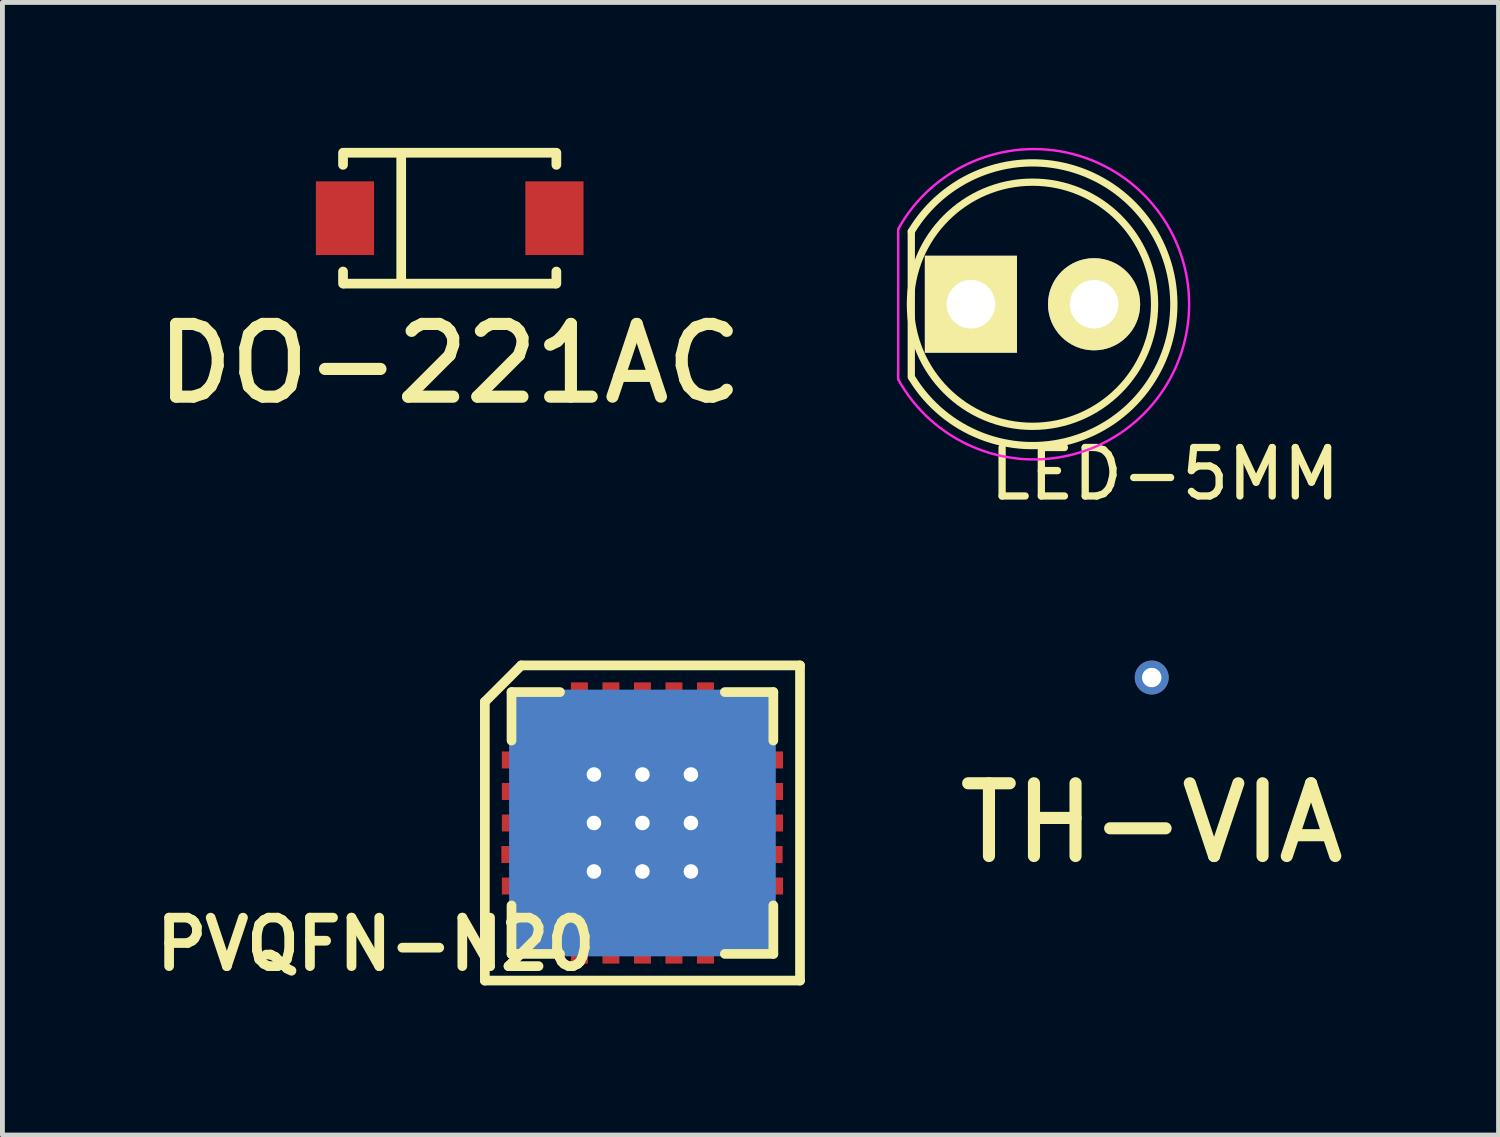
<source format=kicad_pcb>
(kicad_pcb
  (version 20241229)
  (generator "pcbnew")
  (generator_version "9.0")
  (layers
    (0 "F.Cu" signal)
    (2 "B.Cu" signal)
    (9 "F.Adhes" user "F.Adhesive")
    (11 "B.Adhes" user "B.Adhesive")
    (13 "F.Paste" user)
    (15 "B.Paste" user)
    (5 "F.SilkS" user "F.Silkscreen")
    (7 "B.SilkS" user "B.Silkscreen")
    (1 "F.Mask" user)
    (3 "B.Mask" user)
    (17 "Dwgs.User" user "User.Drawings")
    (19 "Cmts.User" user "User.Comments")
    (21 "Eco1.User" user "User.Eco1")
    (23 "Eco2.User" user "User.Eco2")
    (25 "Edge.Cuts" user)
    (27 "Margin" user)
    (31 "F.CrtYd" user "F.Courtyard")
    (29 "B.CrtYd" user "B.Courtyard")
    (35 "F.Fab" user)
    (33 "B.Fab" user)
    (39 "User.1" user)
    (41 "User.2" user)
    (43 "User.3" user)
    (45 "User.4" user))
  (footprint "TH-VIA"
    (layer "F.Cu")
    (at 20.704 10.924)
    (property "Reference" "TH-VIA" (at 0 3 0) (layer "F.SilkS") (effects (font (size 1.5 1.5) (thickness 0.25))))
    (attr through_hole)
    (pad "1" thru_hole circle (at 0 0) (size 0.7 0.7) (drill 0.4) (layers "*.Cu")))
  (footprint "PVQFN-N20"
    (layer "F.Cu")
    (at 10.2 13.924)
    (property "Reference" "PVQFN-N20" (at -5.5 2.5 0) (layer "F.SilkS") (effects (font (size 1 1) (thickness 0.2))))
    (attr smd)
    (fp_line (start -3.25 -2.5) (end -3.25 3.25) (stroke (width 0.2) (type solid)) (layer "F.SilkS"))
    (fp_line (start -3.25 3.25) (end 3.25 3.25) (stroke (width 0.2) (type solid)) (layer "F.SilkS"))
    (fp_line (start -2.7 -2.7) (end -2.7 -1.7) (stroke (width 0.2) (type solid)) (layer "F.SilkS"))
    (fp_line (start -2.7 1.7) (end -2.7 2.7) (stroke (width 0.2) (type solid)) (layer "F.SilkS"))
    (fp_line (start -2.5 -3.25) (end -3.25 -2.5) (stroke (width 0.2) (type solid)) (layer "F.SilkS"))
    (fp_line (start -2.5 -3.25) (end 3.25 -3.25) (stroke (width 0.2) (type solid)) (layer "F.SilkS"))
    (fp_line (start -1.7 -2.7) (end -2.7 -2.7) (stroke (width 0.2) (type solid)) (layer "F.SilkS"))
    (fp_line (start -1.7 2.7) (end -2.7 2.7) (stroke (width 0.2) (type solid)) (layer "F.SilkS"))
    (fp_line (start 1.7 -2.7) (end 2.7 -2.7) (stroke (width 0.2) (type solid)) (layer "F.SilkS"))
    (fp_line (start 1.7 2.7) (end 2.7 2.7) (stroke (width 0.2) (type solid)) (layer "F.SilkS"))
    (fp_line (start 2.7 -1.7) (end 2.7 -2.7) (stroke (width 0.2) (type solid)) (layer "F.SilkS"))
    (fp_line (start 2.7 1.7) (end 2.7 2.7) (stroke (width 0.2) (type solid)) (layer "F.SilkS"))
    (fp_line (start 3.25 3.25) (end 3.25 -3.25) (stroke (width 0.2) (type solid)) (layer "F.SilkS"))
    (pad "" smd rect (at -0.8 -0.8) (size 1.5 1.5) (layers "F.Paste"))
    (pad "" smd rect (at -0.8 0.8) (size 1.5 1.5) (layers "F.Paste"))
    (pad "" smd rect (at 0.8 -0.8) (size 1.5 1.5) (layers "F.Paste"))
    (pad "" smd rect (at 0.8 0.8) (size 1.5 1.5) (layers "F.Paste"))
    (pad "1" smd rect (at -2.4 -1.3) (size 1 0.35) (layers "F.Cu" "F.Mask" "F.Paste"))
    (pad "2" smd rect (at -2.4 -0.65) (size 1 0.35) (layers "F.Cu" "F.Mask" "F.Paste"))
    (pad "3" smd rect (at -2.4 0) (size 1 0.35) (layers "F.Cu" "F.Mask" "F.Paste"))
    (pad "4" smd rect (at -2.41 0.65) (size 1 0.35) (layers "F.Cu" "F.Mask" "F.Paste"))
    (pad "5" smd rect (at -2.4 1.3) (size 1 0.35) (layers "F.Cu" "F.Mask" "F.Paste"))
    (pad "6" smd rect (at -1.3 2.4) (size 0.35 1) (layers "F.Cu" "F.Mask" "F.Paste"))
    (pad "7" smd rect (at -0.65 2.4) (size 0.35 1) (layers "F.Cu" "F.Mask" "F.Paste"))
    (pad "8" smd rect (at 0 2.4) (size 0.35 1) (layers "F.Cu" "F.Mask" "F.Paste"))
    (pad "9" smd rect (at 0.65 2.4) (size 0.35 1) (layers "F.Cu" "F.Mask" "F.Paste"))
    (pad "10" smd rect (at 1.3 2.4) (size 0.35 1) (layers "F.Cu" "F.Mask" "F.Paste"))
    (pad "11" smd rect (at 2.4 1.3) (size 1 0.35) (layers "F.Cu" "F.Mask" "F.Paste"))
    (pad "12" smd rect (at 2.39 0.65) (size 1 0.35) (layers "F.Cu" "F.Mask" "F.Paste"))
    (pad "13" smd rect (at 2.4 0) (size 1 0.35) (layers "F.Cu" "F.Mask" "F.Paste"))
    (pad "14" smd rect (at 2.4 -0.65) (size 1 0.35) (layers "F.Cu" "F.Mask" "F.Paste"))
    (pad "15" smd rect (at 2.4 -1.3) (size 1 0.35) (layers "F.Cu" "F.Mask" "F.Paste"))
    (pad "16" smd rect (at 1.3 -2.4) (size 0.35 1) (layers "F.Cu" "F.Mask" "F.Paste"))
    (pad "17" smd rect (at 0.65 -2.4) (size 0.35 1) (layers "F.Cu" "F.Mask" "F.Paste"))
    (pad "18" smd rect (at 0 -2.4) (size 0.35 1) (layers "F.Cu" "F.Mask" "F.Paste"))
    (pad "19" smd rect (at -0.65 -2.4) (size 0.35 1) (layers "F.Cu" "F.Mask" "F.Paste"))
    (pad "20" smd rect (at -1.3 -2.4) (size 0.35 1) (layers "F.Cu" "F.Mask" "F.Paste"))
    (pad "21" thru_hole circle (at -1 -1) (size 0.3 0.3) (drill 0.3) (layers "*.Cu"))
    (pad "21" thru_hole circle (at -1 0) (size 0.3 0.3) (drill 0.3) (layers "*.Cu"))
    (pad "21" thru_hole circle (at -1 1) (size 0.3 0.3) (drill 0.3) (layers "*.Cu"))
    (pad "21" thru_hole circle (at 0 -1) (size 0.3 0.3) (drill 0.3) (layers "*.Cu"))
    (pad "21" thru_hole circle (at 0 0) (size 0.3 0.3) (drill 0.3) (layers "*.Cu"))
    (pad "21" smd rect (at 0 0) (size 3.15 3.15) (layers "F.Cu" "F.Mask"))
    (pad "21" smd rect (at 0 0) (size 5.5 5.5) (layers "B.Cu" "B.Mask"))
    (pad "21" thru_hole circle (at 0 1) (size 0.3 0.3) (drill 0.3) (layers "*.Cu"))
    (pad "21" thru_hole circle (at 1 -1) (size 0.3 0.3) (drill 0.3) (layers "*.Cu"))
    (pad "21" thru_hole circle (at 1 0) (size 0.3 0.3) (drill 0.3) (layers "*.Cu"))
    (pad "21" thru_hole circle (at 1 1) (size 0.3 0.3) (drill 0.3) (layers "*.Cu")))
  (footprint "LED-5MM"
    (layer "F.Cu")
    (at 18.245 3.225)
    (property "Reference" "LED-5MM" (at 2.73 3.5 180) (layer "F.SilkS") (effects (font (size 1 1) (thickness 0.15))))
    (attr through_hole)
    (fp_line (start -2.5 1.5) (end -2.5 -1.5) (stroke (width 0.15) (type solid)) (layer "F.SilkS"))
    (fp_arc (start -2.5 -1.5) (mid 2.91544 -0.014565) (end -2.484888 1.524904) (stroke (width 0.15) (type solid)) (layer "F.SilkS"))
    (fp_circle (center 0 0) (end -0.3 -2.5) (stroke (width 0.15) (type solid)) (fill no) (layer "F.SilkS"))
    (fp_line (start -2.77 -1.55) (end -2.77 1.55) (stroke (width 0.05) (type solid)) (layer "F.CrtYd"))
    (fp_arc (start -2.768248 -1.55316) (mid 3.23039 0.001807) (end -2.77 1.55) (stroke (width 0.05) (type solid)) (layer "F.CrtYd"))
    (pad "1" thru_hole rect (at -1.27 0 90) (size 2 1.9) (drill 1.001) (layers "*.Cu" "*.Mask" "F.SilkS"))
    (pad "2" thru_hole circle (at 1.27 0) (size 1.9 1.9) (drill 1.001) (layers "*.Cu" "*.Mask" "F.SilkS")))
  (footprint "DO-221AC"
    (layer "F.Cu")
    (at 6.225 1.45)
    (property "Reference" "DO-221AC" (at 0 3 0) (layer "F.SilkS") (effects (font (size 1.5 1.5) (thickness 0.25))))
    (attr through_hole)
    (fp_line (start -2.2 -1.35) (end -2.2 -1.1) (stroke (width 0.2) (type solid)) (layer "F.SilkS"))
    (fp_line (start -2.2 1.35) (end -2.2 1.1) (stroke (width 0.2) (type solid)) (layer "F.SilkS"))
    (fp_line (start -2.175 -1.35) (end 2.175 -1.35) (stroke (width 0.2) (type solid)) (layer "F.SilkS"))
    (fp_line (start -2.175 1.35) (end 2.175 1.35) (stroke (width 0.2) (type solid)) (layer "F.SilkS"))
    (fp_line (start -1 -1.25) (end -1 1.25) (stroke (width 0.2) (type solid)) (layer "F.SilkS"))
    (fp_line (start 2.2 -1.35) (end 2.2 -1.1) (stroke (width 0.2) (type solid)) (layer "F.SilkS"))
    (fp_line (start 2.2 1.35) (end 2.2 1.1) (stroke (width 0.2) (type solid)) (layer "F.SilkS"))
    (pad "1" smd rect (at 2.16 0) (size 1.2 1.52) (layers "F.Cu" "F.Mask" "F.Paste"))
    (pad "2" smd rect (at -2.16 0) (size 1.2 1.52) (layers "F.Cu" "F.Mask" "F.Paste")))
  (gr_rect
    (start -3 -3)
    (end 27.857 20.36)
    (stroke (width 0.1) (type default))
    (fill no)
    (layer "Edge.Cuts")))
</source>
